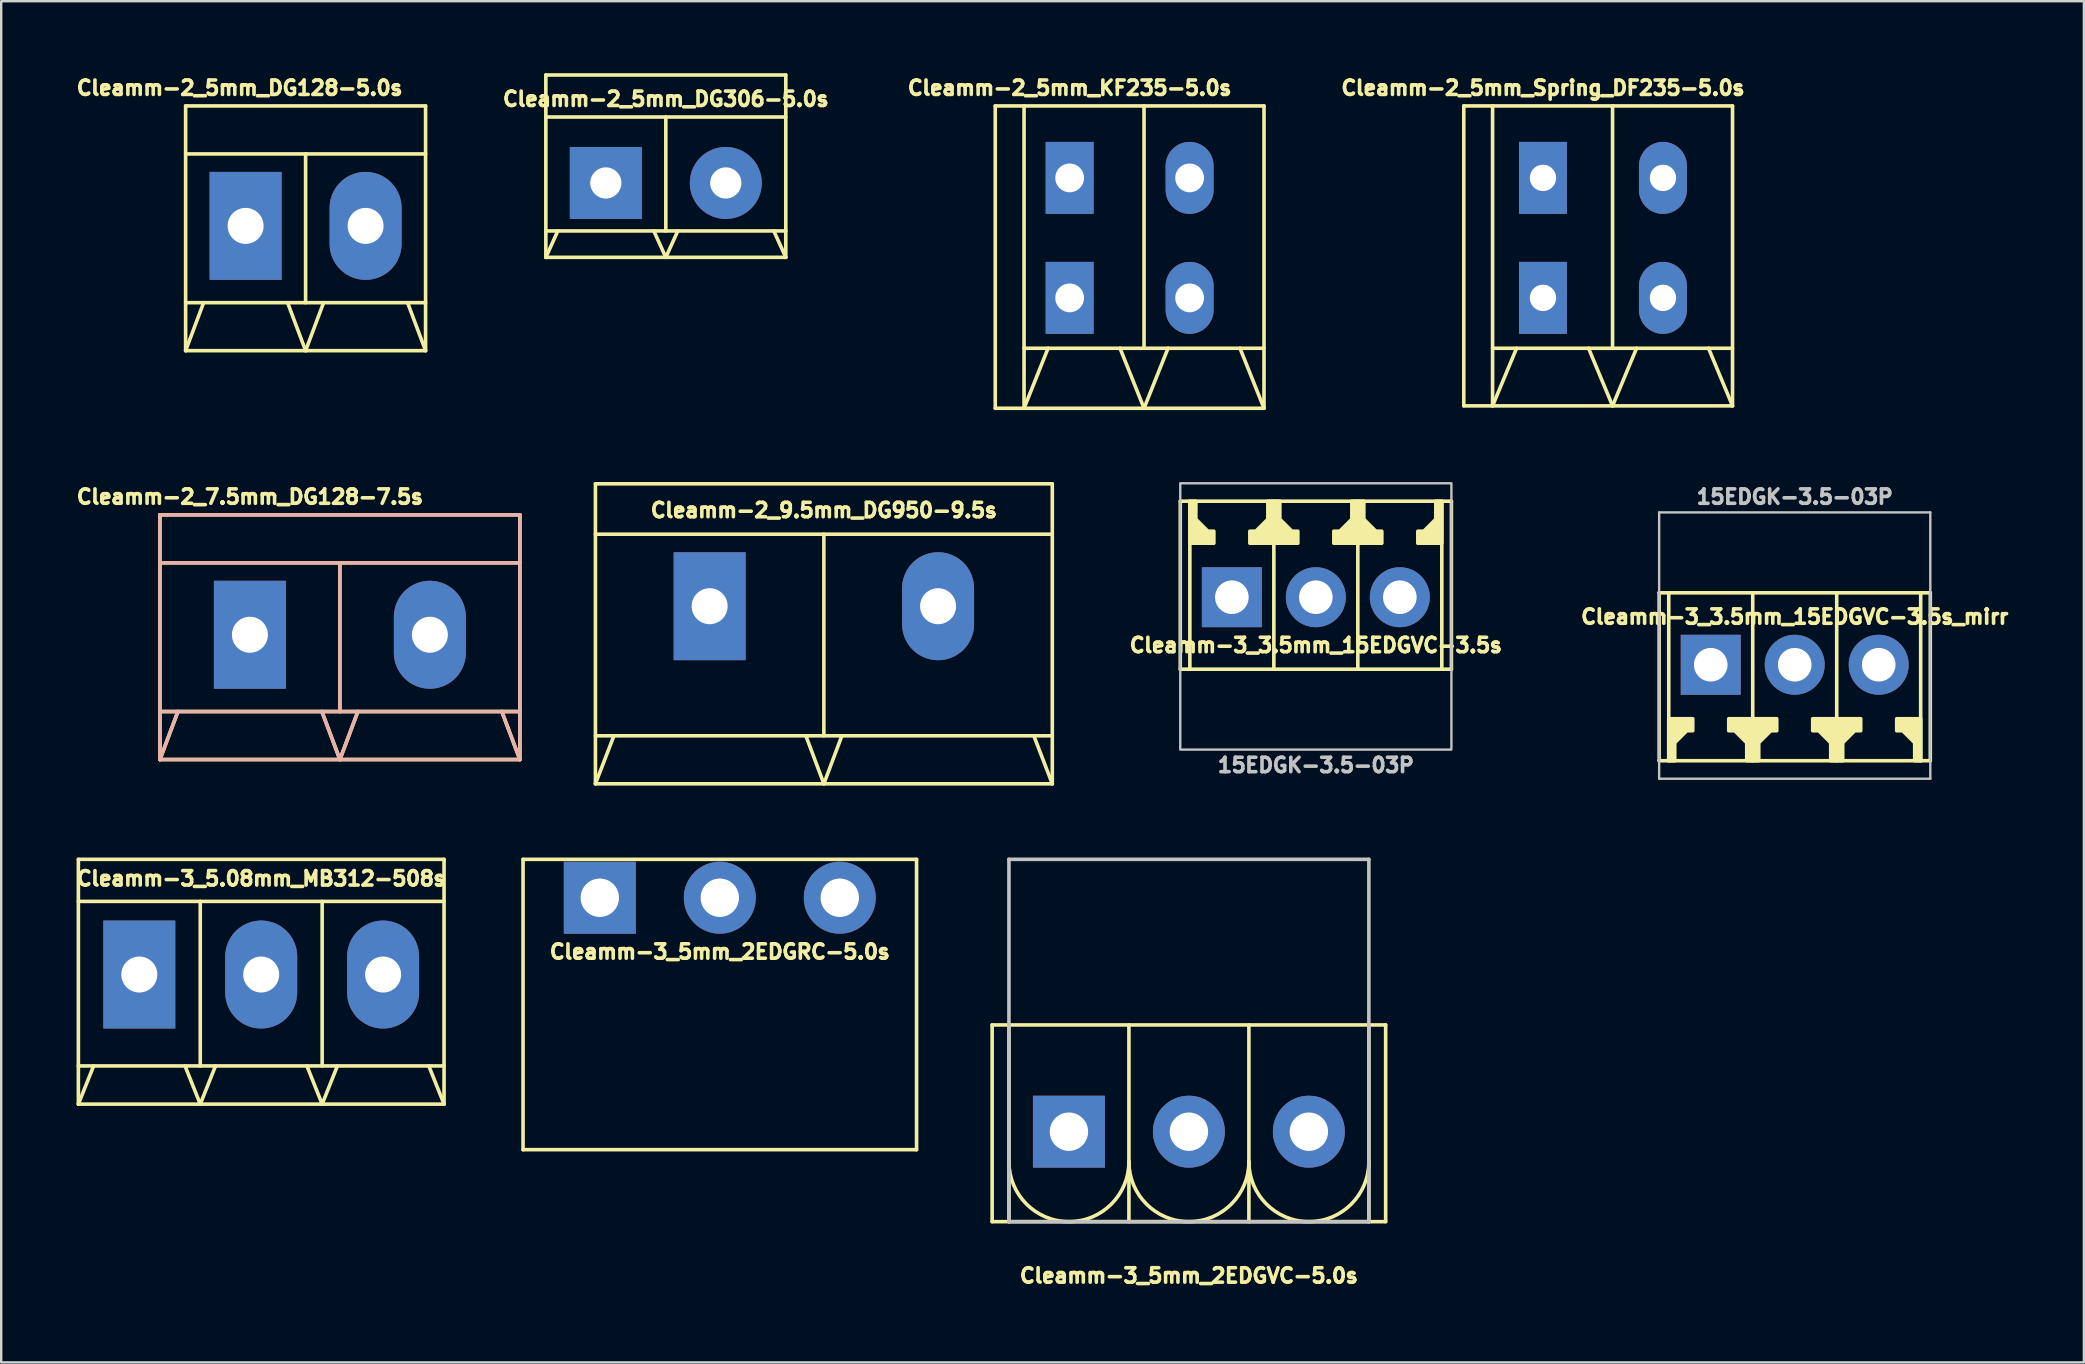
<source format=kicad_pcb>
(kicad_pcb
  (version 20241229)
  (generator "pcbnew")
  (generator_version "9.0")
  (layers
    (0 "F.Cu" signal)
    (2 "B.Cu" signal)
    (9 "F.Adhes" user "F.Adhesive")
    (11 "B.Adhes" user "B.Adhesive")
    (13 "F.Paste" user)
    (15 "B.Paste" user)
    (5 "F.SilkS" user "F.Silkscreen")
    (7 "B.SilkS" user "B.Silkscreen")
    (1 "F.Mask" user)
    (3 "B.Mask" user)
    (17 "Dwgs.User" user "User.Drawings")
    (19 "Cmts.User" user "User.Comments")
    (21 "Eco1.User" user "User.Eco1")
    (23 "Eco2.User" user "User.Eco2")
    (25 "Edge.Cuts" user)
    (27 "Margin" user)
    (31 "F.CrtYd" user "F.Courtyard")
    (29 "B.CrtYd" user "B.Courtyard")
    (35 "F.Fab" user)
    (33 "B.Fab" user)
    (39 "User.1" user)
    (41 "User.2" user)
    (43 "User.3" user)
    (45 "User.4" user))
  (footprint "Cleamm-3_3.5mm_15EDGVC-3.5s_mirr"
    (layer "F.Cu")
    (at 71.746 24.654)
    (property "Reference" "Cleamm-3_3.5mm_15EDGVC-3.5s_mirr" (at 0 -2 0) (layer "F.SilkS") (effects (font (size 0.6 0.6) (thickness 0.15))))
    (attr through_hole)
    (fp_line (start -5.65 -3) (end 5.65 -3) (stroke (width 0.15) (type default)) (layer "F.SilkS"))
    (fp_line (start -5.65 4) (end -5.65 -3) (stroke (width 0.15) (type default)) (layer "F.SilkS"))
    (fp_line (start -5.25 -3) (end -5.25 4) (stroke (width 0.15) (type solid)) (layer "F.SilkS"))
    (fp_line (start -1.75 4) (end -1.75 -3) (stroke (width 0.15) (type solid)) (layer "F.SilkS"))
    (fp_line (start 1.75 -3) (end 1.75 4) (stroke (width 0.15) (type solid)) (layer "F.SilkS"))
    (fp_line (start 5.25 -3) (end 5.25 4) (stroke (width 0.15) (type solid)) (layer "F.SilkS"))
    (fp_line (start 5.65 -3) (end 5.65 4) (stroke (width 0.15) (type default)) (layer "F.SilkS"))
    (fp_line (start 5.65 4) (end -5.65 4) (stroke (width 0.15) (type default)) (layer "F.SilkS"))
    (fp_poly (pts (xy -5.25 2.25) (xy -4.25 2.25) (xy -4.25 2.75) (xy -4.5 2.75) (xy -5 3.25) (xy -5 4) (xy -5.25 4)) (stroke (width 0.15) (type solid)) (fill yes) (layer "F.SilkS"))
    (fp_poly (pts (xy 5.25 2.25) (xy 4.25 2.25) (xy 4.25 2.75) (xy 4.5 2.75) (xy 5 3.25) (xy 5 4) (xy 5.25 4)) (stroke (width 0.15) (type solid)) (fill yes) (layer "F.SilkS"))
    (fp_poly (pts (xy -1.5 4) (xy -1.5 3.25) (xy -1 2.75) (xy -0.75 2.75) (xy -0.75 2.25) (xy -2.75 2.25) (xy -2.75 2.75) (xy -2.5 2.75) (xy -2 3.25) (xy -2 4)) (stroke (width 0.15) (type solid)) (fill yes) (layer "F.SilkS"))
    (fp_poly (pts (xy 2 4) (xy 2 3.25) (xy 2.5 2.75) (xy 2.75 2.75) (xy 2.75 2.25) (xy 0.75 2.25) (xy 0.75 2.75) (xy 1 2.75) (xy 1.5 3.25) (xy 1.5 4)) (stroke (width 0.15) (type solid)) (fill yes) (layer "F.SilkS"))
    (fp_line (start -5.65 -6.35) (end -5.65 4.75) (stroke (width 0.1) (type default)) (layer "Dwgs.User"))
    (fp_line (start -5.65 4.75) (end 5.65 4.75) (stroke (width 0.1) (type default)) (layer "Dwgs.User"))
    (fp_line (start 5.65 -6.35) (end -5.65 -6.35) (stroke (width 0.1) (type default)) (layer "Dwgs.User"))
    (fp_line (start 5.65 4.75) (end 5.65 -6.35) (stroke (width 0.1) (type default)) (layer "Dwgs.User"))
    (fp_text user "15EDGK-3.5-03P" (at 0 -7 0) (layer "Dwgs.User") (effects (font (size 0.6 0.6) (thickness 0.15))))
    (pad "1" thru_hole rect (at -3.5 0) (size 2.5 2.5) (drill 1.4) (layers "*.Cu" "*.Mask"))
    (pad "2" thru_hole circle (at 0 0) (size 2.5 2.5) (drill 1.4) (layers "*.Cu" "*.Mask"))
    (pad "3" thru_hole circle (at 3.5 0) (size 2.5 2.5) (drill 1.4) (layers "*.Cu" "*.Mask")))
  (footprint "Cleamm-2_5mm_Spring_DF235-5.0s"
    (layer "F.Cu")
    (at 63.754 6.864)
    (property "Reference" "Cleamm-2_5mm_Spring_DF235-5.0s" (at -2.5 -6.25 0) (layer "F.SilkS") (effects (font (size 0.6 0.6) (thickness 0.15))))
    (attr through_hole)
    (fp_line (start -5.8 -5.5) (end -5.8 7) (stroke (width 0.15) (type solid)) (layer "F.SilkS"))
    (fp_line (start -4.6 -5.5) (end -4.6 7) (stroke (width 0.15) (type solid)) (layer "F.SilkS"))
    (fp_line (start -4.6 7) (end -3.6 4.6) (stroke (width 0.15) (type solid)) (layer "F.SilkS"))
    (fp_line (start -0.6 4.6) (end 0.4 7) (stroke (width 0.15) (type solid)) (layer "F.SilkS"))
    (fp_line (start 0.4 4.6) (end 0.4 -5.5) (stroke (width 0.15) (type solid)) (layer "F.SilkS"))
    (fp_line (start 0.4 7) (end 1.4 4.6) (stroke (width 0.15) (type solid)) (layer "F.SilkS"))
    (fp_line (start 5.4 -5.5) (end -5.8 -5.5) (stroke (width 0.15) (type solid)) (layer "F.SilkS"))
    (fp_line (start 5.4 -5.5) (end 5.4 7) (stroke (width 0.15) (type solid)) (layer "F.SilkS"))
    (fp_line (start 5.4 4.6) (end -4.6 4.6) (stroke (width 0.15) (type solid)) (layer "F.SilkS"))
    (fp_line (start 5.4 7) (end -5.8 7) (stroke (width 0.15) (type solid)) (layer "F.SilkS"))
    (fp_line (start 5.4 7) (end 4.4 4.6) (stroke (width 0.15) (type solid)) (layer "F.SilkS"))
    (pad "1" thru_hole rect (at -2.5 -2.5) (size 2 3) (drill 1.1) (layers "*.Cu" "*.Mask"))
    (pad "1" thru_hole rect (at -2.5 2.5) (size 2 3) (drill 1.1) (layers "*.Cu" "*.Mask"))
    (pad "2" thru_hole oval (at 2.5 -2.5) (size 2 3) (drill 1.1) (layers "*.Cu" "*.Mask"))
    (pad "2" thru_hole oval (at 2.5 2.5) (size 2 3) (drill 1.1) (layers "*.Cu" "*.Mask")))
  (footprint "Cleamm-2_5mm_DG306-5.0s"
    (layer "F.Cu")
    (at 24.698 4.575)
    (property "Reference" "Cleamm-2_5mm_DG306-5.0s" (at 0 -3.5 0) (layer "F.SilkS") (effects (font (size 0.6 0.6) (thickness 0.15))))
    (attr through_hole)
    (fp_line (start -5 -4.5) (end -5 3.1) (stroke (width 0.15) (type solid)) (layer "F.SilkS"))
    (fp_line (start -4.5 2) (end -5 3.1) (stroke (width 0.15) (type solid)) (layer "F.SilkS"))
    (fp_line (start -0.5 2) (end 0 3.1) (stroke (width 0.15) (type solid)) (layer "F.SilkS"))
    (fp_line (start 0 -2.75) (end 0 2) (stroke (width 0.15) (type solid)) (layer "F.SilkS"))
    (fp_line (start 0 3.1) (end 0.5 2) (stroke (width 0.15) (type solid)) (layer "F.SilkS"))
    (fp_line (start 5 -4.5) (end -5 -4.5) (stroke (width 0.15) (type solid)) (layer "F.SilkS"))
    (fp_line (start 5 -4.5) (end 5 3.1) (stroke (width 0.15) (type solid)) (layer "F.SilkS"))
    (fp_line (start 5 -2.75) (end -5 -2.75) (stroke (width 0.15) (type solid)) (layer "F.SilkS"))
    (fp_line (start 5 2) (end -5 2) (stroke (width 0.15) (type solid)) (layer "F.SilkS"))
    (fp_line (start 5 3.1) (end -5 3.1) (stroke (width 0.15) (type solid)) (layer "F.SilkS"))
    (fp_line (start 5 3.1) (end 4.5 2) (stroke (width 0.15) (type solid)) (layer "F.SilkS"))
    (pad "1" thru_hole rect (at -2.5 0) (size 3 3) (drill 1.3) (layers "*.Cu" "*.Mask"))
    (pad "2" thru_hole circle (at 2.5 0) (size 3 3) (drill 1.3) (layers "*.Cu" "*.Mask")))
  (footprint "Cleamm-2_5mm_KF235-5.0s"
    (layer "F.Cu")
    (at 44.028 6.864)
    (property "Reference" "Cleamm-2_5mm_KF235-5.0s" (at -2.5 -6.25 0) (layer "F.SilkS") (effects (font (size 0.6 0.6) (thickness 0.15))))
    (attr through_hole)
    (fp_line (start -5.6 -5.5) (end -5.6 7.1) (stroke (width 0.15) (type solid)) (layer "F.SilkS"))
    (fp_line (start -4.4 -5.5) (end -4.4 7.1) (stroke (width 0.15) (type solid)) (layer "F.SilkS"))
    (fp_line (start -4.4 7.1) (end -3.4 4.6) (stroke (width 0.15) (type solid)) (layer "F.SilkS"))
    (fp_line (start -0.4 4.6) (end 0.6 7.1) (stroke (width 0.15) (type solid)) (layer "F.SilkS"))
    (fp_line (start 0.6 4.6) (end 0.6 -5.5) (stroke (width 0.15) (type solid)) (layer "F.SilkS"))
    (fp_line (start 0.6 7.1) (end 1.6 4.6) (stroke (width 0.15) (type solid)) (layer "F.SilkS"))
    (fp_line (start 5.6 -5.5) (end -5.6 -5.5) (stroke (width 0.15) (type solid)) (layer "F.SilkS"))
    (fp_line (start 5.6 -5.5) (end 5.6 7.1) (stroke (width 0.15) (type solid)) (layer "F.SilkS"))
    (fp_line (start 5.6 4.6) (end -4.4 4.6) (stroke (width 0.15) (type solid)) (layer "F.SilkS"))
    (fp_line (start 5.6 7.1) (end -5.6 7.1) (stroke (width 0.15) (type solid)) (layer "F.SilkS"))
    (fp_line (start 5.6 7.1) (end 4.6 4.6) (stroke (width 0.15) (type solid)) (layer "F.SilkS"))
    (pad "1" thru_hole rect (at -2.5 -2.5) (size 2 3) (drill 1.2) (layers "*.Cu" "*.Mask"))
    (pad "1" thru_hole rect (at -2.5 2.5) (size 2 3) (drill 1.2) (layers "*.Cu" "*.Mask"))
    (pad "2" thru_hole oval (at 2.5 -2.5) (size 2 3) (drill 1.2) (layers "*.Cu" "*.Mask"))
    (pad "2" thru_hole oval (at 2.5 2.5) (size 2 3) (drill 1.2) (layers "*.Cu" "*.Mask")))
  (footprint "Cleamm-3_3.5mm_15EDGVC-3.5s"
    (layer "F.Cu")
    (at 51.788 21.839)
    (property "Reference" "Cleamm-3_3.5mm_15EDGVC-3.5s" (at 0 2 0) (layer "F.SilkS") (effects (font (size 0.6 0.6) (thickness 0.15))))
    (attr through_hole)
    (fp_line (start -5.65 -4) (end 5.65 -4) (stroke (width 0.15) (type default)) (layer "F.SilkS"))
    (fp_line (start -5.65 3) (end -5.65 -4) (stroke (width 0.15) (type default)) (layer "F.SilkS"))
    (fp_line (start -5.65 3) (end 5.65 3) (stroke (width 0.15) (type default)) (layer "F.SilkS"))
    (fp_line (start -5.25 3) (end -5.25 -4) (stroke (width 0.15) (type solid)) (layer "F.SilkS"))
    (fp_line (start -1.75 3) (end -1.75 -4) (stroke (width 0.15) (type solid)) (layer "F.SilkS"))
    (fp_line (start 1.75 -4) (end 1.75 3) (stroke (width 0.15) (type solid)) (layer "F.SilkS"))
    (fp_line (start 5.25 3) (end 5.25 -4) (stroke (width 0.15) (type solid)) (layer "F.SilkS"))
    (fp_line (start 5.65 -4) (end 5.65 3) (stroke (width 0.15) (type default)) (layer "F.SilkS"))
    (fp_poly (pts (xy -5.25 -2.25) (xy -4.25 -2.25) (xy -4.25 -2.75) (xy -4.5 -2.75) (xy -5 -3.25) (xy -5 -4) (xy -5.25 -4)) (stroke (width 0.15) (type solid)) (fill yes) (layer "F.SilkS"))
    (fp_poly (pts (xy 5.25 -2.25) (xy 4.25 -2.25) (xy 4.25 -2.75) (xy 4.5 -2.75) (xy 5 -3.25) (xy 5 -4) (xy 5.25 -4)) (stroke (width 0.15) (type solid)) (fill yes) (layer "F.SilkS"))
    (fp_poly (pts (xy -2 -4) (xy -2 -3.25) (xy -2.5 -2.75) (xy -2.75 -2.75) (xy -2.75 -2.25) (xy -0.75 -2.25) (xy -0.75 -2.75) (xy -1 -2.75) (xy -1.5 -3.25) (xy -1.5 -4)) (stroke (width 0.15) (type solid)) (fill yes) (layer "F.SilkS"))
    (fp_poly (pts (xy 1.5 -4) (xy 1.5 -3.25) (xy 1 -2.75) (xy 0.75 -2.75) (xy 0.75 -2.25) (xy 2.75 -2.25) (xy 2.75 -2.75) (xy 2.5 -2.75) (xy 2 -3.25) (xy 2 -4)) (stroke (width 0.15) (type solid)) (fill yes) (layer "F.SilkS"))
    (fp_rect (start -5.65 6.35) (end 5.65 -4.75) (stroke (width 0.1) (type default)) (fill no) (layer "Dwgs.User"))
    (fp_text user "15EDGK-3.5-03P" (at 0 7 0) (layer "Dwgs.User") (effects (font (size 0.6 0.6) (thickness 0.15))))
    (pad "1" thru_hole rect (at -3.5 0) (size 2.5 2.5) (drill 1.4) (layers "*.Cu" "*.Mask"))
    (pad "2" thru_hole circle (at 0 0) (size 2.5 2.5) (drill 1.4) (layers "*.Cu" "*.Mask"))
    (pad "3" thru_hole circle (at 3.5 0) (size 2.5 2.5) (drill 1.4) (layers "*.Cu" "*.Mask")))
  (footprint "Cleamm-3_5mm_2EDGRC-5.0s"
    (layer "F.Cu")
    (at 26.948 34.364)
    (property "Reference" "Cleamm-3_5mm_2EDGRC-5.0s" (at 0 2.25 180) (layer "F.SilkS") (effects (font (size 0.6 0.6) (thickness 0.15))))
    (attr through_hole)
    (fp_line (start -8.2 -1.6) (end -8.2 10.5) (stroke (width 0.15) (type solid)) (layer "F.SilkS"))
    (fp_line (start 8.2 -1.6) (end -8.2 -1.6) (stroke (width 0.15) (type solid)) (layer "F.SilkS"))
    (fp_line (start 8.2 -1.6) (end 8.2 10.5) (stroke (width 0.15) (type solid)) (layer "F.SilkS"))
    (fp_line (start 8.2 10.5) (end -8.2 10.5) (stroke (width 0.15) (type solid)) (layer "F.SilkS"))
    (pad "1" thru_hole rect (at -5 0) (size 3 3) (drill 1.6) (layers "*.Cu" "*.Mask"))
    (pad "2" thru_hole circle (at 0 0) (size 3 3) (drill 1.6) (layers "*.Cu" "*.Mask"))
    (pad "3" thru_hole circle (at 5 0) (size 3 3) (drill 1.6) (layers "*.Cu" "*.Mask")))
  (footprint "Cleamm-2_7.5mm_DG128-7.5s"
    (layer "F.Cu")
    (at 7.365 23.404)
    (property "Reference" "Cleamm-2_7.5mm_DG128-7.5s" (at 0 -5.75 0) (layer "F.SilkS") (effects (font (size 0.6 0.6) (thickness 0.15))))
    (attr through_hole)
    (fp_line (start -3.75 -5) (end -3.75 5.2) (stroke (width 0.15) (type solid)) (layer "F.SilkS"))
    (fp_line (start -3.75 -5) (end 11.25 -5) (stroke (width 0.15) (type solid)) (layer "F.SilkS"))
    (fp_line (start -3.75 5.2) (end -3 3.2) (stroke (width 0.15) (type solid)) (layer "F.SilkS"))
    (fp_line (start -3.75 5.2) (end 11.25 5.2) (stroke (width 0.15) (type solid)) (layer "F.SilkS"))
    (fp_line (start 3.75 3.2) (end 3.75 -3) (stroke (width 0.15) (type solid)) (layer "F.SilkS"))
    (fp_line (start 3.75 5.2) (end 3 3.2) (stroke (width 0.15) (type solid)) (layer "F.SilkS"))
    (fp_line (start 3.75 5.2) (end 4.5 3.2) (stroke (width 0.15) (type solid)) (layer "F.SilkS"))
    (fp_line (start 11.25 -5) (end 11.25 5.2) (stroke (width 0.15) (type solid)) (layer "F.SilkS"))
    (fp_line (start 11.25 -3) (end -3.75 -3) (stroke (width 0.15) (type solid)) (layer "F.SilkS"))
    (fp_line (start 11.25 3.2) (end -3.75 3.2) (stroke (width 0.15) (type solid)) (layer "F.SilkS"))
    (fp_line (start 11.25 5.2) (end 10.5 3.2) (stroke (width 0.15) (type solid)) (layer "F.SilkS"))
    (fp_line (start -3.75 -5) (end -3.75 5.2) (stroke (width 0.15) (type solid)) (layer "B.SilkS"))
    (fp_line (start -3.75 5.2) (end -3 3.2) (stroke (width 0.15) (type solid)) (layer "B.SilkS"))
    (fp_line (start -3.75 5.2) (end 11.25 5.2) (stroke (width 0.15) (type solid)) (layer "B.SilkS"))
    (fp_line (start 3.75 3.2) (end 3.75 -3) (stroke (width 0.15) (type solid)) (layer "B.SilkS"))
    (fp_line (start 3.75 5.2) (end 3 3.2) (stroke (width 0.15) (type solid)) (layer "B.SilkS"))
    (fp_line (start 3.75 5.2) (end 4.5 3.2) (stroke (width 0.15) (type solid)) (layer "B.SilkS"))
    (fp_line (start 11.25 -5) (end -3.75 -5) (stroke (width 0.15) (type solid)) (layer "B.SilkS"))
    (fp_line (start 11.25 -5) (end 11.25 5.2) (stroke (width 0.15) (type solid)) (layer "B.SilkS"))
    (fp_line (start 11.25 -3) (end -3.75 -3) (stroke (width 0.15) (type solid)) (layer "B.SilkS"))
    (fp_line (start 11.25 3.2) (end -3.75 3.2) (stroke (width 0.15) (type solid)) (layer "B.SilkS"))
    (fp_line (start 11.25 5.2) (end 10.5 3.2) (stroke (width 0.15) (type solid)) (layer "B.SilkS"))
    (pad "1" thru_hole rect (at 0 0) (size 3 4.5) (drill 1.5) (layers "*.Cu" "*.Mask"))
    (pad "2" thru_hole oval (at 7.5 0) (size 3 4.5) (drill 1.5) (layers "*.Cu" "*.Mask")))
  (footprint "Cleamm-2_9.5mm_DG950-9.5s"
    (layer "F.Cu")
    (at 31.285 22.214)
    (property "Reference" "Cleamm-2_9.5mm_DG950-9.5s" (at 0 -4 0) (layer "F.SilkS") (effects (font (size 0.6 0.6) (thickness 0.15))))
    (attr through_hole)
    (fp_line (start -9.52 -5.1) (end 9.52 -5.1) (stroke (width 0.15) (type solid)) (layer "F.SilkS"))
    (fp_line (start -9.52 7.4) (end -9.52 -5.1) (stroke (width 0.15) (type solid)) (layer "F.SilkS"))
    (fp_line (start -9.52 7.4) (end -8.75 5.4) (stroke (width 0.15) (type solid)) (layer "F.SilkS"))
    (fp_line (start -9.52 7.4) (end 9.52 7.4) (stroke (width 0.15) (type solid)) (layer "F.SilkS"))
    (fp_line (start 0 5.4) (end 0 -3) (stroke (width 0.15) (type solid)) (layer "F.SilkS"))
    (fp_line (start 0 7.4) (end -0.75 5.4) (stroke (width 0.15) (type solid)) (layer "F.SilkS"))
    (fp_line (start 0 7.4) (end 0.75 5.4) (stroke (width 0.15) (type solid)) (layer "F.SilkS"))
    (fp_line (start 9.52 -3) (end -9.52 -3) (stroke (width 0.15) (type solid)) (layer "F.SilkS"))
    (fp_line (start 9.52 5.4) (end -9.52 5.4) (stroke (width 0.15) (type solid)) (layer "F.SilkS"))
    (fp_line (start 9.52 7.4) (end 8.75 5.4) (stroke (width 0.15) (type solid)) (layer "F.SilkS"))
    (fp_line (start 9.52 7.4) (end 9.52 -5.1) (stroke (width 0.15) (type solid)) (layer "F.SilkS"))
    (pad "1" thru_hole rect (at -4.76 0) (size 3 4.5) (drill 1.5) (layers "*.Cu" "*.Mask"))
    (pad "2" thru_hole oval (at 4.76 0) (size 3 4.5) (drill 1.5) (layers "*.Cu" "*.Mask")))
  (footprint "Cleamm-3_5mm_2EDGVC-5.0s"
    (layer "F.Cu")
    (at 46.498 44.114)
    (property "Reference" "Cleamm-3_5mm_2EDGVC-5.0s" (at 0 6 0) (layer "F.SilkS") (effects (font (size 0.6 0.6) (thickness 0.15))))
    (attr through_hole)
    (fp_line (start -8.2 -4.45) (end 8.2 -4.45) (stroke (width 0.15) (type solid)) (layer "F.SilkS"))
    (fp_line (start -8.2 3.75) (end -8.2 -4.45) (stroke (width 0.15) (type solid)) (layer "F.SilkS"))
    (fp_line (start -7.5 3.75) (end -7.5 -4.45) (stroke (width 0.15) (type solid)) (layer "F.SilkS"))
    (fp_line (start -2.5 -4.45) (end -2.5 3.75) (stroke (width 0.15) (type solid)) (layer "F.SilkS"))
    (fp_line (start 2.5 3.75) (end 2.5 -4.45) (stroke (width 0.15) (type solid)) (layer "F.SilkS"))
    (fp_line (start 7.5 3.75) (end 7.5 -4.45) (stroke (width 0.15) (type solid)) (layer "F.SilkS"))
    (fp_line (start 8.2 3.75) (end -8.2 3.75) (stroke (width 0.15) (type solid)) (layer "F.SilkS"))
    (fp_line (start 8.2 3.75) (end 8.2 -4.45) (stroke (width 0.15) (type solid)) (layer "F.SilkS"))
    (fp_arc (start -2.5 1.25) (mid -5 3.75) (end -7.5 1.25) (stroke (width 0.15) (type solid)) (layer "F.SilkS"))
    (fp_arc (start 2.5 1.25) (mid 0 3.75) (end -2.5 1.25) (stroke (width 0.15) (type solid)) (layer "F.SilkS"))
    (fp_arc (start 7.5 1.25) (mid 5 3.75) (end 2.5 1.25) (stroke (width 0.15) (type solid)) (layer "F.SilkS"))
    (fp_line (start -7.5 -11.35) (end -7.5 3.75) (stroke (width 0.15) (type solid)) (layer "Dwgs.User"))
    (fp_line (start -7.5 -11.35) (end 7.5 -11.35) (stroke (width 0.15) (type solid)) (layer "Dwgs.User"))
    (fp_line (start 7.5 3.75) (end -7.5 3.75) (stroke (width 0.15) (type solid)) (layer "Dwgs.User"))
    (fp_line (start 7.5 3.75) (end 7.5 -11.35) (stroke (width 0.15) (type solid)) (layer "Dwgs.User"))
    (pad "1" thru_hole rect (at -5 0) (size 3 3) (drill 1.6) (layers "*.Cu" "*.Mask"))
    (pad "2" thru_hole circle (at 0 0) (size 3 3) (drill 1.6) (layers "*.Cu" "*.Mask"))
    (pad "3" thru_hole circle (at 5 0) (size 3 3) (drill 1.6) (layers "*.Cu" "*.Mask")))
  (footprint "Cleamm-2_5mm_DG128-5.0s"
    (layer "F.Cu")
    (at 9.686 6.364)
    (property "Reference" "Cleamm-2_5mm_DG128-5.0s" (at -2.75 -5.75 0) (layer "F.SilkS") (effects (font (size 0.6 0.6) (thickness 0.15))))
    (attr through_hole)
    (fp_line (start -5 -5) (end -5 5.2) (stroke (width 0.15) (type solid)) (layer "F.SilkS"))
    (fp_line (start -5 -5) (end 5 -5) (stroke (width 0.15) (type solid)) (layer "F.SilkS"))
    (fp_line (start -5 5.2) (end -4.25 3.2) (stroke (width 0.15) (type solid)) (layer "F.SilkS"))
    (fp_line (start -5 5.2) (end 5 5.2) (stroke (width 0.15) (type solid)) (layer "F.SilkS"))
    (fp_line (start 0 3.2) (end 0 -3) (stroke (width 0.15) (type solid)) (layer "F.SilkS"))
    (fp_line (start 0 5.2) (end -0.75 3.2) (stroke (width 0.15) (type solid)) (layer "F.SilkS"))
    (fp_line (start 0 5.2) (end 0.75 3.2) (stroke (width 0.15) (type solid)) (layer "F.SilkS"))
    (fp_line (start 5 -5) (end 5 5.2) (stroke (width 0.15) (type solid)) (layer "F.SilkS"))
    (fp_line (start 5 -3) (end -5 -3) (stroke (width 0.15) (type solid)) (layer "F.SilkS"))
    (fp_line (start 5 3.2) (end -5 3.2) (stroke (width 0.15) (type solid)) (layer "F.SilkS"))
    (fp_line (start 5 5.2) (end 4.25 3.2) (stroke (width 0.15) (type solid)) (layer "F.SilkS"))
    (pad "1" thru_hole rect (at -2.5 0) (size 3 4.5) (drill 1.5) (layers "*.Cu" "*.Mask"))
    (pad "2" thru_hole oval (at 2.5 0) (size 3 4.5) (drill 1.5) (layers "*.Cu" "*.Mask")))
  (footprint "Cleamm-3_5.08mm_MB312-508s"
    (layer "F.Cu")
    (at 7.836 37.564)
    (property "Reference" "Cleamm-3_5.08mm_MB312-508s" (at 0 -4 0) (layer "F.SilkS") (effects (font (size 0.6 0.6) (thickness 0.15))))
    (attr through_hole)
    (fp_line (start -7.62 -4.8) (end -7.62 5.4) (stroke (width 0.15) (type solid)) (layer "F.SilkS"))
    (fp_line (start -7.62 -4.8) (end 7.62 -4.8) (stroke (width 0.15) (type solid)) (layer "F.SilkS"))
    (fp_line (start -7.62 5.4) (end -6.985 3.81) (stroke (width 0.15) (type solid)) (layer "F.SilkS"))
    (fp_line (start -7.62 5.4) (end 7.62 5.4) (stroke (width 0.15) (type solid)) (layer "F.SilkS"))
    (fp_line (start -2.54 3.81) (end -2.54 -3.048) (stroke (width 0.15) (type solid)) (layer "F.SilkS"))
    (fp_line (start -2.54 5.4) (end -3.175 3.81) (stroke (width 0.15) (type solid)) (layer "F.SilkS"))
    (fp_line (start -2.54 5.4) (end -1.905 3.81) (stroke (width 0.15) (type solid)) (layer "F.SilkS"))
    (fp_line (start 2.54 3.81) (end 2.54 -3.048) (stroke (width 0.15) (type solid)) (layer "F.SilkS"))
    (fp_line (start 2.54 5.4) (end 1.905 3.81) (stroke (width 0.15) (type solid)) (layer "F.SilkS"))
    (fp_line (start 2.54 5.4) (end 3.175 3.81) (stroke (width 0.15) (type solid)) (layer "F.SilkS"))
    (fp_line (start 7.62 -4.8) (end 7.62 5.4) (stroke (width 0.15) (type solid)) (layer "F.SilkS"))
    (fp_line (start 7.62 -3.048) (end -7.62 -3.048) (stroke (width 0.15) (type solid)) (layer "F.SilkS"))
    (fp_line (start 7.62 3.81) (end -7.62 3.81) (stroke (width 0.15) (type solid)) (layer "F.SilkS"))
    (fp_line (start 7.62 5.4) (end 6.985 3.81) (stroke (width 0.15) (type solid)) (layer "F.SilkS"))
    (pad "1" thru_hole rect (at -5.08 0) (size 3 4.5) (drill 1.5) (layers "*.Cu" "*.Mask"))
    (pad "2" thru_hole oval (at 0 0) (size 3 4.5) (drill 1.5) (layers "*.Cu" "*.Mask"))
    (pad "3" thru_hole oval (at 5.08 0) (size 3 4.5) (drill 1.5) (layers "*.Cu" "*.Mask")))
  (gr_rect
    (start -3 -3)
    (end 83.797 53.728)
    (stroke (width 0.1) (type default))
    (fill no)
    (layer "Edge.Cuts")))
</source>
